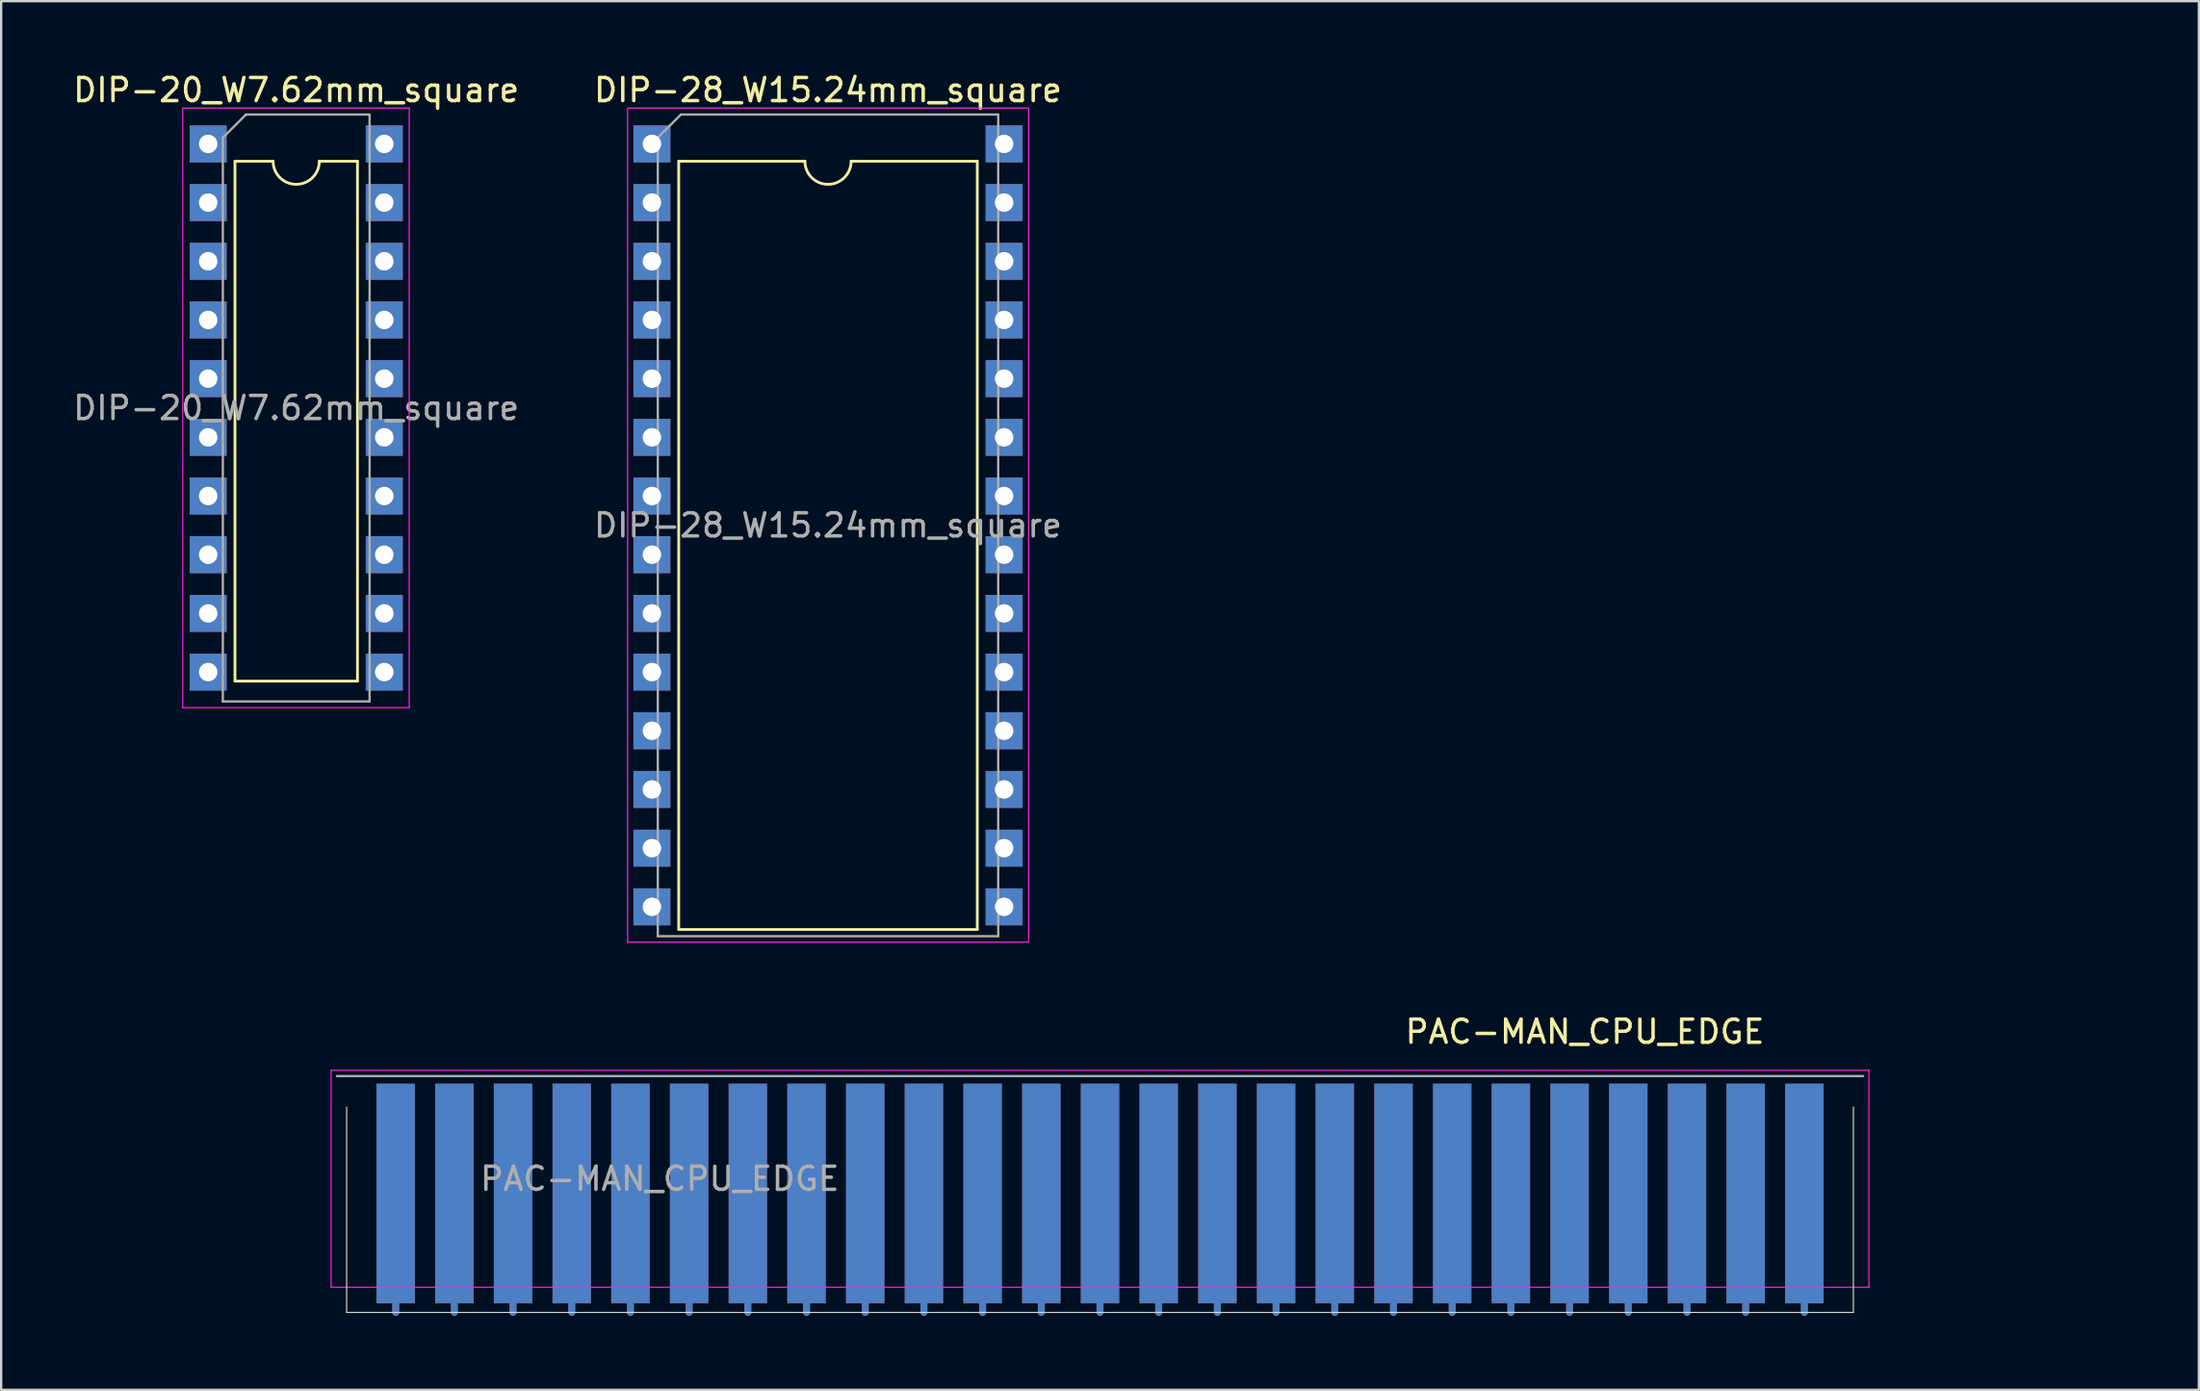
<source format=kicad_pcb>
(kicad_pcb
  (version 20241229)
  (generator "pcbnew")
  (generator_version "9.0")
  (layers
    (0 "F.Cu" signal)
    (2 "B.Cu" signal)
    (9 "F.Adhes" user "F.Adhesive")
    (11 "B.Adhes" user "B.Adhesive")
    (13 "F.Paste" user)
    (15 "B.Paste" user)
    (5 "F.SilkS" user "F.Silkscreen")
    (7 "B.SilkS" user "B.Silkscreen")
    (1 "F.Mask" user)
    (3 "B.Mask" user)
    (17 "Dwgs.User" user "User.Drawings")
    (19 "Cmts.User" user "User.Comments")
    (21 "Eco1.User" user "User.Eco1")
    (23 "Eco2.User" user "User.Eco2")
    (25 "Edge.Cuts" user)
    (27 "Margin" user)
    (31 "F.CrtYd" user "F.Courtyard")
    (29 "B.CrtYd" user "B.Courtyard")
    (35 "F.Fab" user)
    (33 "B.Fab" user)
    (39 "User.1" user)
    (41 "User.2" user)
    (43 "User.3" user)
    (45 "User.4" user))
  (footprint "DIP-28_W15.24mm_square"
    (layer "F.Cu")
    (at 25.16 3.178)
    (property "Reference" "DIP-28_W15.24mm_square" (at 7.62 -2.33 0) (layer "F.SilkS") (effects (font (size 1 1) (thickness 0.15))))
    (property "REF2" "" (at 0 0 0) (layer "F.SilkS") (effects (font (size 2.8 2.8) (thickness 0.1))))
    (attr through_hole)
    (fp_line (start 1.16 0.75) (end 1.16 34) (stroke (width 0.12) (type solid)) (layer "F.SilkS"))
    (fp_line (start 1.16 34) (end 14.08 34) (stroke (width 0.12) (type solid)) (layer "F.SilkS"))
    (fp_line (start 6.62 0.75) (end 1.16 0.75) (stroke (width 0.12) (type solid)) (layer "F.SilkS"))
    (fp_line (start 14.08 0.75) (end 8.62 0.75) (stroke (width 0.12) (type solid)) (layer "F.SilkS"))
    (fp_line (start 14.08 34) (end 14.08 0.75) (stroke (width 0.12) (type solid)) (layer "F.SilkS"))
    (fp_arc (start 8.62 0.75) (mid 7.62 1.75) (end 6.62 0.75) (stroke (width 0.12) (type solid)) (layer "F.SilkS"))
    (fp_line (start -1.05 -1.55) (end -1.05 34.55) (stroke (width 0.05) (type solid)) (layer "F.CrtYd"))
    (fp_line (start -1.05 34.55) (end 16.3 34.55) (stroke (width 0.05) (type solid)) (layer "F.CrtYd"))
    (fp_line (start 16.3 -1.55) (end -1.05 -1.55) (stroke (width 0.05) (type solid)) (layer "F.CrtYd"))
    (fp_line (start 16.3 34.55) (end 16.3 -1.55) (stroke (width 0.05) (type solid)) (layer "F.CrtYd"))
    (fp_line (start 0.255 -0.27) (end 1.255 -1.27) (stroke (width 0.1) (type solid)) (layer "F.Fab"))
    (fp_line (start 0.255 34.29) (end 0.255 -0.27) (stroke (width 0.1) (type solid)) (layer "F.Fab"))
    (fp_line (start 1.255 -1.27) (end 14.985 -1.27) (stroke (width 0.1) (type solid)) (layer "F.Fab"))
    (fp_line (start 14.985 -1.27) (end 14.985 34.29) (stroke (width 0.1) (type solid)) (layer "F.Fab"))
    (fp_line (start 14.985 34.29) (end 0.255 34.29) (stroke (width 0.1) (type solid)) (layer "F.Fab"))
    (fp_text user "${REFERENCE}" (at 7.62 16.51 0) (layer "F.Fab") (effects (font (size 1 1) (thickness 0.15))))
    (pad "1" thru_hole rect (at 0 0) (size 1.6 1.6) (drill 0.8) (layers "*.Cu" "*.Mask"))
    (pad "2" thru_hole rect (at 0 2.54) (size 1.6 1.6) (drill 0.8) (layers "*.Cu" "*.Mask"))
    (pad "3" thru_hole rect (at 0 5.08) (size 1.6 1.6) (drill 0.8) (layers "*.Cu" "*.Mask"))
    (pad "4" thru_hole rect (at 0 7.62) (size 1.6 1.6) (drill 0.8) (layers "*.Cu" "*.Mask"))
    (pad "5" thru_hole rect (at 0 10.16) (size 1.6 1.6) (drill 0.8) (layers "*.Cu" "*.Mask"))
    (pad "6" thru_hole rect (at 0 12.7) (size 1.6 1.6) (drill 0.8) (layers "*.Cu" "*.Mask"))
    (pad "7" thru_hole rect (at 0 15.24) (size 1.6 1.6) (drill 0.8) (layers "*.Cu" "*.Mask"))
    (pad "8" thru_hole rect (at 0 17.78) (size 1.6 1.6) (drill 0.8) (layers "*.Cu" "*.Mask"))
    (pad "9" thru_hole rect (at 0 20.32) (size 1.6 1.6) (drill 0.8) (layers "*.Cu" "*.Mask"))
    (pad "10" thru_hole rect (at 0 22.86) (size 1.6 1.6) (drill 0.8) (layers "*.Cu" "*.Mask"))
    (pad "11" thru_hole rect (at 0 25.4) (size 1.6 1.6) (drill 0.8) (layers "*.Cu" "*.Mask"))
    (pad "12" thru_hole rect (at 0 27.94) (size 1.6 1.6) (drill 0.8) (layers "*.Cu" "*.Mask"))
    (pad "13" thru_hole rect (at 0 30.48) (size 1.6 1.6) (drill 0.8) (layers "*.Cu" "*.Mask"))
    (pad "14" thru_hole rect (at 0 33.02) (size 1.6 1.6) (drill 0.8) (layers "*.Cu" "*.Mask"))
    (pad "15" thru_hole rect (at 15.24 33.02) (size 1.6 1.6) (drill 0.8) (layers "*.Cu" "*.Mask"))
    (pad "16" thru_hole rect (at 15.24 30.48) (size 1.6 1.6) (drill 0.8) (layers "*.Cu" "*.Mask"))
    (pad "17" thru_hole rect (at 15.24 27.94) (size 1.6 1.6) (drill 0.8) (layers "*.Cu" "*.Mask"))
    (pad "18" thru_hole rect (at 15.24 25.4) (size 1.6 1.6) (drill 0.8) (layers "*.Cu" "*.Mask"))
    (pad "19" thru_hole rect (at 15.24 22.86) (size 1.6 1.6) (drill 0.8) (layers "*.Cu" "*.Mask"))
    (pad "20" thru_hole rect (at 15.24 20.32) (size 1.6 1.6) (drill 0.8) (layers "*.Cu" "*.Mask"))
    (pad "21" thru_hole rect (at 15.24 17.78) (size 1.6 1.6) (drill 0.8) (layers "*.Cu" "*.Mask"))
    (pad "22" thru_hole rect (at 15.24 15.24) (size 1.6 1.6) (drill 0.8) (layers "*.Cu" "*.Mask"))
    (pad "23" thru_hole rect (at 15.24 12.7) (size 1.6 1.6) (drill 0.8) (layers "*.Cu" "*.Mask"))
    (pad "24" thru_hole rect (at 15.24 10.16) (size 1.6 1.6) (drill 0.8) (layers "*.Cu" "*.Mask"))
    (pad "25" thru_hole rect (at 15.24 7.62) (size 1.6 1.6) (drill 0.8) (layers "*.Cu" "*.Mask"))
    (pad "26" thru_hole rect (at 15.24 5.08) (size 1.6 1.6) (drill 0.8) (layers "*.Cu" "*.Mask"))
    (pad "27" thru_hole rect (at 15.24 2.54) (size 1.6 1.6) (drill 0.8) (layers "*.Cu" "*.Mask"))
    (pad "28" thru_hole rect (at 15.24 0) (size 1.6 1.6) (drill 0.8) (layers "*.Cu" "*.Mask")))
  (footprint "PAC-MAN_CPU_EDGE"
    (layer "F.Cu")
    (at 75.03 48.602)
    (property "Reference" "PAC-MAN_CPU_EDGE" (at -9.5 -7 0) (layer "F.SilkS") (effects (font (size 1 1) (thickness 0.15))))
    (attr exclude_from_pos_files exclude_from_bom)
    (fp_rect (start -74.98 -5.55) (end 14.02 5.45) (stroke (width 0.1) (type solid)) (fill yes) (layer "F.Mask"))
    (fp_rect (start -74.98 -5.55) (end 14.02 5.45) (stroke (width 0.1) (type solid)) (fill yes) (layer "B.Mask"))
    (fp_line (start -63.08 5.15) (end -63.08 -3.74) (stroke (width 0.05) (type solid)) (layer "Edge.Cuts"))
    (fp_line (start 2.12 -3.74) (end 2.12 5.15) (stroke (width 0.05) (type solid)) (layer "Edge.Cuts"))
    (fp_line (start 2.12 5.15) (end -63.08 5.15) (stroke (width 0.05) (type solid)) (layer "Edge.Cuts"))
    (fp_line (start -63.75 -5.33) (end -63.75 4.06) (stroke (width 0.05) (type solid)) (layer "F.CrtYd"))
    (fp_line (start -63.75 -5.33) (end 2.79 -5.33) (stroke (width 0.05) (type solid)) (layer "F.CrtYd"))
    (fp_line (start 2.79 4.06) (end -63.75 4.06) (stroke (width 0.05) (type solid)) (layer "F.CrtYd"))
    (fp_line (start 2.79 4.06) (end 2.79 -5.33) (stroke (width 0.05) (type solid)) (layer "F.CrtYd"))
    (fp_line (start -63.5 -5.08) (end 2.54 -5.08) (stroke (width 0.1) (type solid)) (layer "F.Fab"))
    (fp_text user "${REFERENCE}" (at -49.53 -0.635 0) (layer "F.Fab") (effects (font (size 1 1) (thickness 0.15))))
    (pad "1" connect custom (at -60.96 0) (size 1.66 9.5) (layers "B.Cu" "B.Mask") (options (anchor rect)) (primitives (gr_line (start 0 5.15) (end 0 4.75) (width 0.3))))
    (pad "2" connect custom (at -60.96 0) (size 1.66 9.5) (layers "F.Cu" "F.Mask") (options (anchor rect)) (primitives (gr_line (start 0.01 4.75) (end 0.01 5.15) (width 0.3))))
    (pad "3" connect custom (at -58.42 0) (size 1.66 9.5) (layers "B.Cu" "B.Mask") (options (anchor rect)) (primitives (gr_line (start 0 5.15) (end 0 4.75) (width 0.3))))
    (pad "4" connect custom (at -58.42 0) (size 1.66 9.5) (layers "F.Cu" "F.Mask") (options (anchor rect)) (primitives (gr_line (start 0 4.75) (end 0 5.15) (width 0.3))))
    (pad "5" connect custom (at -55.88 0) (size 1.66 9.5) (layers "B.Cu" "B.Mask") (options (anchor rect)) (primitives (gr_line (start 0 5.15) (end 0 4.75) (width 0.3))))
    (pad "6" connect custom (at -55.88 0) (size 1.66 9.5) (layers "F.Cu" "F.Mask") (options (anchor rect)) (primitives (gr_line (start 0 4.75) (end 0 5.15) (width 0.3))))
    (pad "7" connect custom (at -53.34 0) (size 1.66 9.5) (layers "B.Cu" "B.Mask") (options (anchor rect)) (primitives (gr_line (start 0 5.15) (end 0 4.75) (width 0.3))))
    (pad "8" connect custom (at -53.34 0) (size 1.66 9.5) (layers "F.Cu" "F.Mask") (options (anchor rect)) (primitives (gr_line (start 0 4.75) (end 0 5.15) (width 0.3))))
    (pad "9" connect custom (at -50.8 0) (size 1.66 9.5) (layers "B.Cu" "B.Mask") (options (anchor rect)) (primitives (gr_line (start 0 5.15) (end 0 4.75) (width 0.3))))
    (pad "10" connect custom (at -50.8 0) (size 1.66 9.5) (layers "F.Cu" "F.Mask") (options (anchor rect)) (primitives (gr_line (start 0 4.75) (end 0 5.15) (width 0.3))))
    (pad "11" connect custom (at -48.26 0) (size 1.66 9.5) (layers "B.Cu" "B.Mask") (options (anchor rect)) (primitives (gr_line (start 0 5.15) (end 0 4.75) (width 0.3))))
    (pad "12" connect custom (at -48.26 0) (size 1.66 9.5) (layers "F.Cu" "F.Mask") (options (anchor rect)) (primitives (gr_line (start 0 4.75) (end 0 5.15) (width 0.3))))
    (pad "13" connect custom (at -45.72 0) (size 1.66 9.5) (layers "B.Cu" "B.Mask") (options (anchor rect)) (primitives (gr_line (start 0 5.15) (end 0 4.75) (width 0.3))))
    (pad "14" connect custom (at -45.72 0) (size 1.66 9.5) (layers "F.Cu" "F.Mask") (options (anchor rect)) (primitives (gr_line (start 0 4.75) (end 0 5.15) (width 0.3))))
    (pad "15" connect custom (at -43.18 0) (size 1.66 9.5) (layers "B.Cu" "B.Mask") (options (anchor rect)) (primitives (gr_line (start 0 5.15) (end 0 4.75) (width 0.3))))
    (pad "16" connect custom (at -43.18 0) (size 1.66 9.5) (layers "F.Cu" "F.Mask") (options (anchor rect)) (primitives (gr_line (start 0 4.75) (end 0 5.15) (width 0.3))))
    (pad "17" connect custom (at -40.64 0) (size 1.66 9.5) (layers "B.Cu" "B.Mask") (options (anchor rect)) (primitives (gr_line (start 0 5.15) (end 0 4.75) (width 0.3))))
    (pad "18" connect custom (at -40.64 0) (size 1.66 9.5) (layers "F.Cu" "F.Mask") (options (anchor rect)) (primitives (gr_line (start 0 4.75) (end 0 5.15) (width 0.3))))
    (pad "19" connect custom (at -38.1 0) (size 1.66 9.5) (layers "B.Cu" "B.Mask") (options (anchor rect)) (primitives (gr_line (start 0 5.15) (end 0 4.75) (width 0.3))))
    (pad "20" connect custom (at -38.1 0) (size 1.66 9.5) (layers "F.Cu" "F.Mask") (options (anchor rect)) (primitives (gr_line (start 0 4.75) (end 0 5.15) (width 0.3))))
    (pad "21" connect custom (at -35.56 0) (size 1.66 9.5) (layers "B.Cu" "B.Mask") (options (anchor rect)) (primitives (gr_line (start 0 5.15) (end 0 4.75) (width 0.3))))
    (pad "22" connect custom (at -35.56 0) (size 1.66 9.5) (layers "F.Cu" "F.Mask") (options (anchor rect)) (primitives (gr_line (start 0 4.75) (end 0 5.15) (width 0.3))))
    (pad "23" connect custom (at -33.02 0) (size 1.66 9.5) (layers "B.Cu" "B.Mask") (options (anchor rect)) (primitives (gr_line (start 0 5.15) (end 0 4.75) (width 0.3))))
    (pad "24" connect custom (at -33.02 0) (size 1.66 9.5) (layers "F.Cu" "F.Mask") (options (anchor rect)) (primitives (gr_line (start 0 4.75) (end 0 5.15) (width 0.3))))
    (pad "25" connect custom (at -30.48 0) (size 1.66 9.5) (layers "B.Cu" "B.Mask") (options (anchor rect)) (primitives (gr_line (start 0 5.15) (end 0 4.75) (width 0.3))))
    (pad "26" connect custom (at -30.48 0) (size 1.66 9.5) (layers "F.Cu" "F.Mask") (options (anchor rect)) (primitives (gr_line (start 0 4.75) (end 0 5.15) (width 0.3))))
    (pad "27" connect custom (at -27.94 0) (size 1.66 9.5) (layers "B.Cu" "B.Mask") (options (anchor rect)) (primitives (gr_line (start 0 5.15) (end 0 4.75) (width 0.3))))
    (pad "28" connect custom (at -27.94 0) (size 1.66 9.5) (layers "F.Cu" "F.Mask") (options (anchor rect)) (primitives (gr_line (start 0 4.75) (end 0 5.15) (width 0.3))))
    (pad "29" connect custom (at -25.4 0) (size 1.66 9.5) (layers "B.Cu" "B.Mask") (options (anchor rect)) (primitives (gr_line (start 0 5.15) (end 0 4.75) (width 0.3))))
    (pad "30" connect custom (at -25.4 0) (size 1.66 9.5) (layers "F.Cu" "F.Mask") (options (anchor rect)) (primitives (gr_line (start 0 4.75) (end 0 5.15) (width 0.3))))
    (pad "31" connect custom (at -22.86 0) (size 1.66 9.5) (layers "B.Cu" "B.Mask") (options (anchor rect)) (primitives (gr_line (start 0 5.15) (end 0 4.75) (width 0.3))))
    (pad "32" connect custom (at -22.86 0) (size 1.66 9.5) (layers "F.Cu" "F.Mask") (options (anchor rect)) (primitives (gr_line (start 0 4.75) (end 0 5.15) (width 0.3))))
    (pad "33" connect custom (at -20.32 0) (size 1.66 9.5) (layers "B.Cu" "B.Mask") (options (anchor rect)) (primitives (gr_line (start 0 5.15) (end 0 4.75) (width 0.3))))
    (pad "34" connect custom (at -20.32 0) (size 1.66 9.5) (layers "F.Cu" "F.Mask") (options (anchor rect)) (primitives (gr_line (start 0 4.75) (end 0 5.15) (width 0.3))))
    (pad "35" connect custom (at -17.78 0) (size 1.66 9.5) (layers "B.Cu" "B.Mask") (options (anchor rect)) (primitives (gr_line (start 0 5.15) (end 0 4.75) (width 0.3))))
    (pad "36" connect custom (at -17.78 0) (size 1.66 9.5) (layers "F.Cu" "F.Mask") (options (anchor rect)) (primitives (gr_line (start 0 4.75) (end 0 5.15) (width 0.3))))
    (pad "37" connect custom (at -15.24 0) (size 1.66 9.5) (layers "B.Cu" "B.Mask") (options (anchor rect)) (primitives (gr_line (start 0 5.15) (end 0 4.75) (width 0.3))))
    (pad "38" connect custom (at -15.24 0) (size 1.66 9.5) (layers "F.Cu" "F.Mask") (options (anchor rect)) (primitives (gr_line (start 0 4.75) (end 0 5.15) (width 0.3))))
    (pad "39" connect custom (at -12.7 0) (size 1.66 9.5) (layers "B.Cu" "B.Mask") (options (anchor rect)) (primitives (gr_line (start 0 5.15) (end 0 4.75) (width 0.3))))
    (pad "40" connect custom (at -12.7 0) (size 1.66 9.5) (layers "F.Cu" "F.Mask") (options (anchor rect)) (primitives (gr_line (start 0 4.75) (end 0 5.15) (width 0.3))))
    (pad "41" connect custom (at -10.16 0) (size 1.66 9.5) (layers "B.Cu" "B.Mask") (options (anchor rect)) (primitives (gr_line (start 0 5.15) (end 0 4.75) (width 0.3))))
    (pad "42" connect custom (at -10.16 0) (size 1.66 9.5) (layers "F.Cu" "F.Mask") (options (anchor rect)) (primitives (gr_line (start 0 4.75) (end 0 5.15) (width 0.3))))
    (pad "43" connect custom (at -7.62 0) (size 1.66 9.5) (layers "B.Cu" "B.Mask") (options (anchor rect)) (primitives (gr_line (start 0 5.15) (end 0 4.75) (width 0.3))))
    (pad "44" connect custom (at -7.62 0) (size 1.66 9.5) (layers "F.Cu" "F.Mask") (options (anchor rect)) (primitives (gr_line (start 0 4.75) (end 0 5.15) (width 0.3))))
    (pad "45" connect custom (at -5.08 0) (size 1.66 9.5) (layers "B.Cu" "B.Mask") (options (anchor rect)) (primitives (gr_line (start 0 5.15) (end 0 4.75) (width 0.3))))
    (pad "46" connect custom (at -5.08 0) (size 1.66 9.5) (layers "F.Cu" "F.Mask") (options (anchor rect)) (primitives (gr_line (start 0 4.75) (end 0 5.15) (width 0.3))))
    (pad "47" connect custom (at -2.54 0) (size 1.66 9.5) (layers "B.Cu" "B.Mask") (options (anchor rect)) (primitives (gr_line (start 0 5.15) (end 0 4.75) (width 0.3))))
    (pad "48" connect custom (at -2.54 0) (size 1.66 9.5) (layers "F.Cu" "F.Mask") (options (anchor rect)) (primitives (gr_line (start 0 4.75) (end 0 5.15) (width 0.3))))
    (pad "49" connect custom (at 0 0) (size 1.66 9.5) (layers "B.Cu" "B.Mask") (options (anchor rect)) (primitives (gr_line (start 0 4.75) (end 0 5.15) (width 0.3))))
    (pad "50" connect custom (at 0 0) (size 1.66 9.5) (layers "F.Cu" "F.Mask") (options (anchor rect)) (primitives (gr_line (start 0 4.75) (end 0 5.15) (width 0.3)))))
  (footprint "DIP-20_W7.62mm_square"
    (layer "F.Cu")
    (at 5.958 3.178)
    (property "Reference" "DIP-20_W7.62mm_square" (at 3.81 -2.33 0) (layer "F.SilkS") (effects (font (size 1 1) (thickness 0.15))))
    (property "REF2" "" (at 0 0 0) (layer "F.SilkS") (effects (font (size 1.8 1.8) (thickness 0.3))))
    (attr through_hole)
    (fp_line (start 1.16 0.75) (end 1.16 23.25) (stroke (width 0.12) (type solid)) (layer "F.SilkS"))
    (fp_line (start 1.16 23.25) (end 6.46 23.25) (stroke (width 0.12) (type solid)) (layer "F.SilkS"))
    (fp_line (start 2.81 0.75) (end 1.16 0.75) (stroke (width 0.12) (type solid)) (layer "F.SilkS"))
    (fp_line (start 6.46 0.75) (end 4.81 0.75) (stroke (width 0.12) (type solid)) (layer "F.SilkS"))
    (fp_line (start 6.46 23.25) (end 6.46 0.75) (stroke (width 0.12) (type solid)) (layer "F.SilkS"))
    (fp_arc (start 4.81 0.75) (mid 3.81 1.75) (end 2.81 0.75) (stroke (width 0.12) (type solid)) (layer "F.SilkS"))
    (fp_line (start -1.1 -1.55) (end -1.1 24.4) (stroke (width 0.05) (type solid)) (layer "F.CrtYd"))
    (fp_line (start -1.1 24.4) (end 8.7 24.4) (stroke (width 0.05) (type solid)) (layer "F.CrtYd"))
    (fp_line (start 8.7 -1.55) (end -1.1 -1.55) (stroke (width 0.05) (type solid)) (layer "F.CrtYd"))
    (fp_line (start 8.7 24.4) (end 8.7 -1.55) (stroke (width 0.05) (type solid)) (layer "F.CrtYd"))
    (fp_line (start 0.635 -0.27) (end 1.635 -1.27) (stroke (width 0.1) (type solid)) (layer "F.Fab"))
    (fp_line (start 0.635 24.13) (end 0.635 -0.27) (stroke (width 0.1) (type solid)) (layer "F.Fab"))
    (fp_line (start 1.635 -1.27) (end 6.985 -1.27) (stroke (width 0.1) (type solid)) (layer "F.Fab"))
    (fp_line (start 6.985 -1.27) (end 6.985 24.13) (stroke (width 0.1) (type solid)) (layer "F.Fab"))
    (fp_line (start 6.985 24.13) (end 0.635 24.13) (stroke (width 0.1) (type solid)) (layer "F.Fab"))
    (fp_text user "${REFERENCE}" (at 3.81 11.43 0) (layer "F.Fab") (effects (font (size 1 1) (thickness 0.15))))
    (pad "1" thru_hole rect (at 0 0) (size 1.6 1.6) (drill 0.8) (layers "*.Cu" "*.Mask"))
    (pad "2" thru_hole rect (at 0 2.54) (size 1.6 1.6) (drill 0.8) (layers "*.Cu" "*.Mask"))
    (pad "3" thru_hole rect (at 0 5.08) (size 1.6 1.6) (drill 0.8) (layers "*.Cu" "*.Mask"))
    (pad "4" thru_hole rect (at 0 7.62) (size 1.6 1.6) (drill 0.8) (layers "*.Cu" "*.Mask"))
    (pad "5" thru_hole rect (at 0 10.16) (size 1.6 1.6) (drill 0.8) (layers "*.Cu" "*.Mask"))
    (pad "6" thru_hole rect (at 0 12.7) (size 1.6 1.6) (drill 0.8) (layers "*.Cu" "*.Mask"))
    (pad "7" thru_hole rect (at 0 15.24) (size 1.6 1.6) (drill 0.8) (layers "*.Cu" "*.Mask"))
    (pad "8" thru_hole rect (at 0 17.78) (size 1.6 1.6) (drill 0.8) (layers "*.Cu" "*.Mask"))
    (pad "9" thru_hole rect (at 0 20.32) (size 1.6 1.6) (drill 0.8) (layers "*.Cu" "*.Mask"))
    (pad "10" thru_hole rect (at 0 22.86) (size 1.6 1.6) (drill 0.8) (layers "*.Cu" "*.Mask"))
    (pad "11" thru_hole rect (at 7.62 22.86) (size 1.6 1.6) (drill 0.8) (layers "*.Cu" "*.Mask"))
    (pad "12" thru_hole rect (at 7.62 20.32) (size 1.6 1.6) (drill 0.8) (layers "*.Cu" "*.Mask"))
    (pad "13" thru_hole rect (at 7.62 17.78) (size 1.6 1.6) (drill 0.8) (layers "*.Cu" "*.Mask"))
    (pad "14" thru_hole rect (at 7.62 15.24) (size 1.6 1.6) (drill 0.8) (layers "*.Cu" "*.Mask"))
    (pad "15" thru_hole rect (at 7.62 12.7) (size 1.6 1.6) (drill 0.8) (layers "*.Cu" "*.Mask"))
    (pad "16" thru_hole rect (at 7.62 10.16) (size 1.6 1.6) (drill 0.8) (layers "*.Cu" "*.Mask"))
    (pad "17" thru_hole rect (at 7.62 7.62) (size 1.6 1.6) (drill 0.8) (layers "*.Cu" "*.Mask"))
    (pad "18" thru_hole rect (at 7.62 5.08) (size 1.6 1.6) (drill 0.8) (layers "*.Cu" "*.Mask"))
    (pad "19" thru_hole rect (at 7.62 2.54) (size 1.6 1.6) (drill 0.8) (layers "*.Cu" "*.Mask"))
    (pad "20" thru_hole rect (at 7.62 0) (size 1.6 1.6) (drill 0.8) (layers "*.Cu" "*.Mask")))
  (gr_rect
    (start -3 -3)
    (end 92.1 57.102)
    (stroke (width 0.1) (type default))
    (fill no)
    (layer "Edge.Cuts")))
</source>
